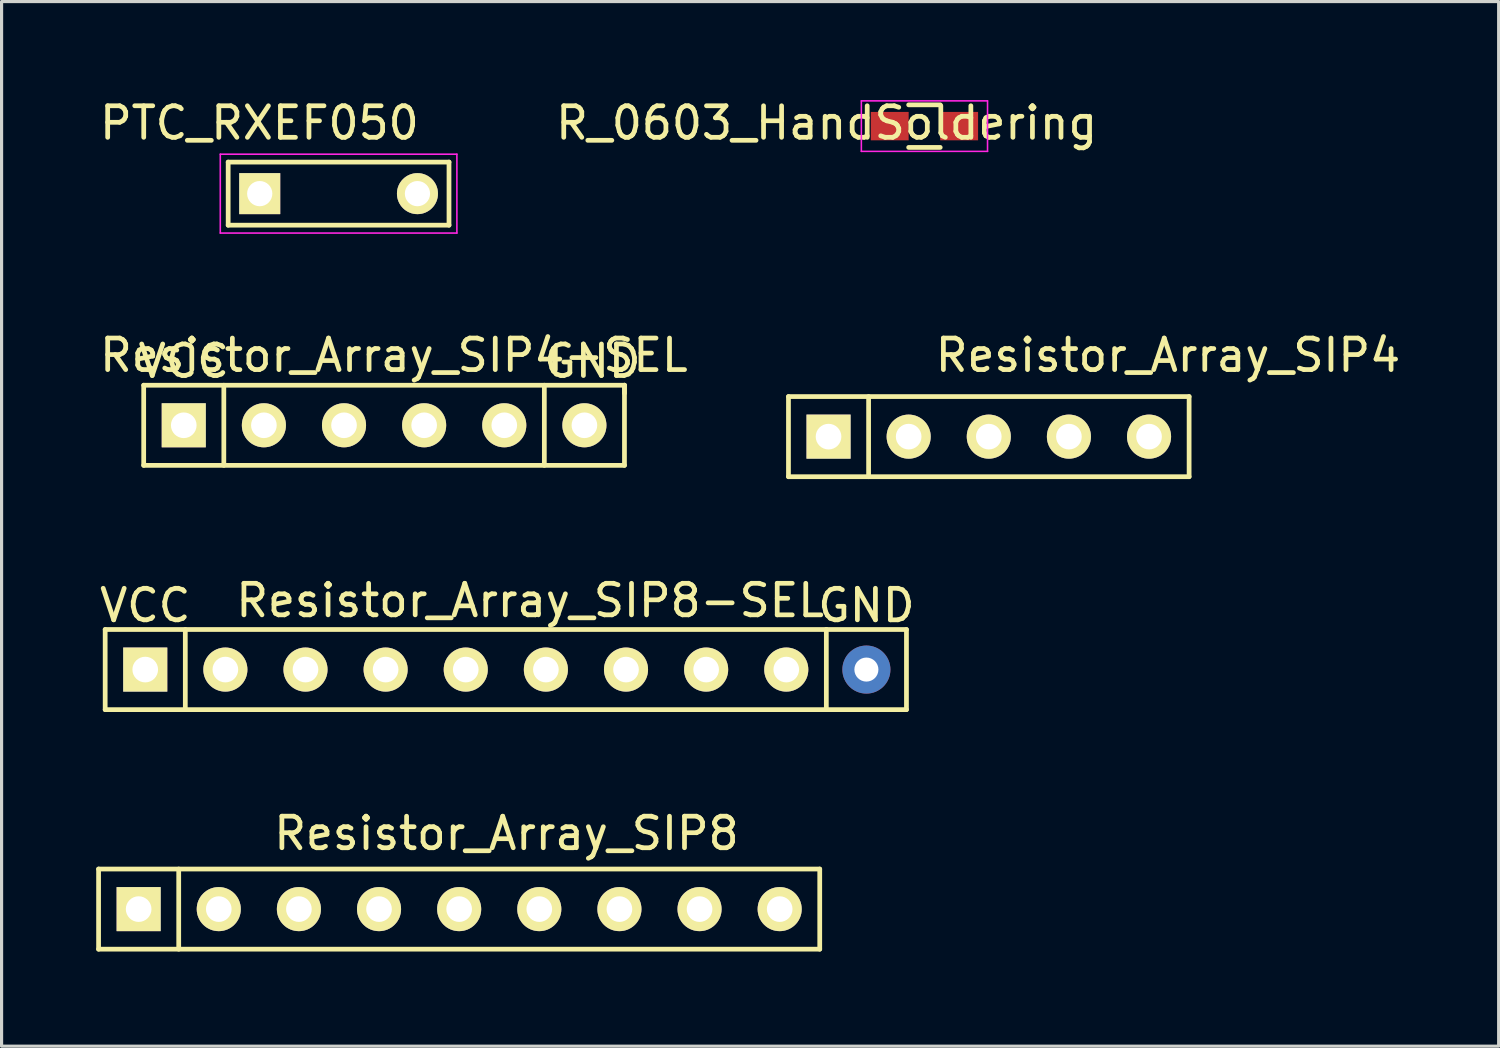
<source format=kicad_pcb>
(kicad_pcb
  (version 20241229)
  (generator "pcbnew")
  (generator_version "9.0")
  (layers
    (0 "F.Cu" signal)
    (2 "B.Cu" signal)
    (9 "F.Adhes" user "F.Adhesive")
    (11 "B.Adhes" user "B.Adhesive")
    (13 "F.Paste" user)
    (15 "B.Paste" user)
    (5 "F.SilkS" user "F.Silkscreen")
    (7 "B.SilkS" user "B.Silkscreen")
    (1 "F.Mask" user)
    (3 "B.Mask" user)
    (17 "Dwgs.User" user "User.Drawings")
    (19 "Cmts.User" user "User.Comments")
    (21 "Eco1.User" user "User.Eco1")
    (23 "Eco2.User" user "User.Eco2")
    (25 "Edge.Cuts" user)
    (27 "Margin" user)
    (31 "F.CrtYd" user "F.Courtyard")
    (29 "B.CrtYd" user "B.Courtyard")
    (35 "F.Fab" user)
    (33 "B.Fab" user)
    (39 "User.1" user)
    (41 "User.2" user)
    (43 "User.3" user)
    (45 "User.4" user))
  (footprint "Resistor_Array_SIP8"
    (layer "F.Cu")
    (at 11.505 25.768)
    (property "Reference" "Resistor_Array_SIP8" (at 1.5 -2.4 0) (layer "F.SilkS") (effects (font (size 1 1) (thickness 0.15))))
    (attr through_hole)
    (fp_line (start -11.43 1.27) (end -11.43 -1.27) (stroke (width 0.15) (type solid)) (layer "F.SilkS"))
    (fp_line (start -8.89 -1.27) (end -8.89 1.27) (stroke (width 0.15) (type solid)) (layer "F.SilkS"))
    (fp_line (start 11.43 -1.27) (end -11.43 -1.27) (stroke (width 0.15) (type solid)) (layer "F.SilkS"))
    (fp_line (start 11.43 -1.27) (end 11.43 1.27) (stroke (width 0.15) (type solid)) (layer "F.SilkS"))
    (fp_line (start 11.43 1.27) (end -11.43 1.27) (stroke (width 0.15) (type solid)) (layer "F.SilkS"))
    (pad "1" thru_hole rect (at -10.16 0) (size 1.397 1.397) (drill 0.813) (layers "*.Cu" "*.Mask" "F.SilkS"))
    (pad "2" thru_hole circle (at -7.62 0) (size 1.397 1.397) (drill 0.813) (layers "*.Cu" "*.Mask" "F.SilkS"))
    (pad "3" thru_hole circle (at -5.08 0) (size 1.397 1.397) (drill 0.813) (layers "*.Cu" "*.Mask" "F.SilkS"))
    (pad "4" thru_hole circle (at -2.54 0) (size 1.397 1.397) (drill 0.813) (layers "*.Cu" "*.Mask" "F.SilkS"))
    (pad "5" thru_hole circle (at 0 0) (size 1.397 1.397) (drill 0.813) (layers "*.Cu" "*.Mask" "F.SilkS"))
    (pad "6" thru_hole circle (at 2.54 0) (size 1.397 1.397) (drill 0.813) (layers "*.Cu" "*.Mask" "F.SilkS"))
    (pad "7" thru_hole circle (at 5.08 0) (size 1.397 1.397) (drill 0.813) (layers "*.Cu" "*.Mask" "F.SilkS"))
    (pad "8" thru_hole circle (at 7.62 0) (size 1.397 1.397) (drill 0.813) (layers "*.Cu" "*.Mask" "F.SilkS"))
    (pad "9" thru_hole circle (at 10.16 0) (size 1.397 1.397) (drill 0.813) (layers "*.Cu" "*.Mask" "F.SilkS")))
  (footprint "R_0603_HandSoldering"
    (layer "F.Cu")
    (at 26.254 0.948)
    (property "Reference" "R_0603_HandSoldering" (at -3.1 -0.1 0) (layer "F.SilkS") (effects (font (size 1 1) (thickness 0.15))))
    (attr smd)
    (fp_line (start -0.5 -0.675) (end 0.5 -0.675) (stroke (width 0.15) (type solid)) (layer "F.SilkS"))
    (fp_line (start 0.5 0.675) (end -0.5 0.675) (stroke (width 0.15) (type solid)) (layer "F.SilkS"))
    (fp_line (start -2 -0.8) (end -2 0.8) (stroke (width 0.05) (type solid)) (layer "F.CrtYd"))
    (fp_line (start -2 -0.8) (end 2 -0.8) (stroke (width 0.05) (type solid)) (layer "F.CrtYd"))
    (fp_line (start -2 0.8) (end 2 0.8) (stroke (width 0.05) (type solid)) (layer "F.CrtYd"))
    (fp_line (start 2 -0.8) (end 2 0.8) (stroke (width 0.05) (type solid)) (layer "F.CrtYd"))
    (pad "1" smd rect (at -1.1 0) (size 1.2 0.9) (layers "F.Cu" "F.Mask" "F.Paste"))
    (pad "2" smd rect (at 1.1 0) (size 1.2 0.9) (layers "F.Cu" "F.Mask" "F.Paste")))
  (footprint "Resistor_Array_SIP8-SEL"
    (layer "F.Cu")
    (at 11.714 18.175)
    (property "Reference" "Resistor_Array_SIP8-SEL" (at 2.04 -2.19 0) (layer "F.SilkS") (effects (font (size 1 1) (thickness 0.15))))
    (attr through_hole)
    (fp_line (start -11.43 1.27) (end -11.43 -1.27) (stroke (width 0.15) (type solid)) (layer "F.SilkS"))
    (fp_line (start -8.89 -1.27) (end -8.89 1.27) (stroke (width 0.15) (type solid)) (layer "F.SilkS"))
    (fp_line (start 11.43 -1.27) (end -11.43 -1.27) (stroke (width 0.15) (type solid)) (layer "F.SilkS"))
    (fp_line (start 11.43 -1.27) (end 11.43 1.27) (stroke (width 0.15) (type solid)) (layer "F.SilkS"))
    (fp_line (start 11.43 -1.27) (end 13.97 -1.27) (stroke (width 0.15) (type solid)) (layer "F.SilkS"))
    (fp_line (start 11.43 1.27) (end -11.43 1.27) (stroke (width 0.15) (type solid)) (layer "F.SilkS"))
    (fp_line (start 11.43 1.27) (end 13.97 1.27) (stroke (width 0.15) (type solid)) (layer "F.SilkS"))
    (fp_line (start 13.97 -1.27) (end 13.97 1.27) (stroke (width 0.15) (type solid)) (layer "F.SilkS"))
    (fp_text user "GND" (at 12.7 -2.032 0) (layer "F.SilkS") (effects (font (size 1 1) (thickness 0.15))))
    (fp_text user "VCC" (at -10.16 -2.032 0) (layer "F.SilkS") (effects (font (size 1 1) (thickness 0.15))))
    (pad "1" thru_hole rect (at -10.16 0) (size 1.397 1.397) (drill 0.813) (layers "*.Cu" "*.Mask" "F.SilkS"))
    (pad "2" thru_hole circle (at -7.62 0) (size 1.397 1.397) (drill 0.813) (layers "*.Cu" "*.Mask" "F.SilkS"))
    (pad "3" thru_hole circle (at -5.08 0) (size 1.397 1.397) (drill 0.813) (layers "*.Cu" "*.Mask" "F.SilkS"))
    (pad "4" thru_hole circle (at -2.54 0) (size 1.397 1.397) (drill 0.813) (layers "*.Cu" "*.Mask" "F.SilkS"))
    (pad "5" thru_hole circle (at 0 0) (size 1.397 1.397) (drill 0.813) (layers "*.Cu" "*.Mask" "F.SilkS"))
    (pad "6" thru_hole circle (at 2.54 0) (size 1.397 1.397) (drill 0.813) (layers "*.Cu" "*.Mask" "F.SilkS"))
    (pad "7" thru_hole circle (at 5.08 0) (size 1.397 1.397) (drill 0.813) (layers "*.Cu" "*.Mask" "F.SilkS"))
    (pad "8" thru_hole circle (at 7.62 0) (size 1.397 1.397) (drill 0.813) (layers "*.Cu" "*.Mask" "F.SilkS"))
    (pad "9" thru_hole circle (at 10.16 0) (size 1.397 1.397) (drill 0.813) (layers "*.Cu" "*.Mask" "F.SilkS"))
    (pad "10" thru_hole circle (at 12.7 0) (size 1.524 1.524) (drill 0.762) (layers "*.Cu" "*.Mask")))
  (footprint "Resistor_Array_SIP4"
    (layer "F.Cu")
    (at 28.274 10.791)
    (property "Reference" "Resistor_Array_SIP4" (at 5.7 -2.58 0) (layer "F.SilkS") (effects (font (size 1 1) (thickness 0.15))))
    (attr through_hole)
    (fp_line (start -6.33 -1.27) (end 6.37 -1.27) (stroke (width 0.15) (type solid)) (layer "F.SilkS"))
    (fp_line (start -6.33 1.27) (end -6.33 -1.27) (stroke (width 0.15) (type solid)) (layer "F.SilkS"))
    (fp_line (start -3.79 -1.27) (end -3.79 1.27) (stroke (width 0.15) (type solid)) (layer "F.SilkS"))
    (fp_line (start 6.37 -1.27) (end 6.37 1.27) (stroke (width 0.15) (type solid)) (layer "F.SilkS"))
    (fp_line (start 6.37 1.27) (end -6.33 1.27) (stroke (width 0.15) (type solid)) (layer "F.SilkS"))
    (pad "1" thru_hole rect (at -5.06 0) (size 1.397 1.397) (drill 0.813) (layers "*.Cu" "*.Mask" "F.SilkS"))
    (pad "2" thru_hole circle (at -2.52 0) (size 1.397 1.397) (drill 0.813) (layers "*.Cu" "*.Mask" "F.SilkS"))
    (pad "3" thru_hole circle (at 0.02 0) (size 1.397 1.397) (drill 0.813) (layers "*.Cu" "*.Mask" "F.SilkS"))
    (pad "4" thru_hole circle (at 2.56 0) (size 1.397 1.397) (drill 0.813) (layers "*.Cu" "*.Mask" "F.SilkS"))
    (pad "5" thru_hole circle (at 5.1 0) (size 1.397 1.397) (drill 0.813) (layers "*.Cu" "*.Mask" "F.SilkS")))
  (footprint "Resistor_Array_SIP4-SEL"
    (layer "F.Cu")
    (at 12.935 10.431)
    (property "Reference" "Resistor_Array_SIP4-SEL" (at -3.5 -2.22 0) (layer "F.SilkS") (effects (font (size 1 1) (thickness 0.15))))
    (attr through_hole)
    (fp_line (start -11.43 -1.27) (end 3.81 -1.27) (stroke (width 0.15) (type solid)) (layer "F.SilkS"))
    (fp_line (start -11.43 1.27) (end -11.43 -1.27) (stroke (width 0.15) (type solid)) (layer "F.SilkS"))
    (fp_line (start -8.89 -1.27) (end -8.89 1.27) (stroke (width 0.15) (type solid)) (layer "F.SilkS"))
    (fp_line (start 1.27 -1.27) (end 1.27 1.27) (stroke (width 0.15) (type solid)) (layer "F.SilkS"))
    (fp_line (start 3.81 -1.27) (end 3.81 -1.016) (stroke (width 0.15) (type solid)) (layer "F.SilkS"))
    (fp_line (start 3.81 -1.27) (end 3.81 1.27) (stroke (width 0.15) (type solid)) (layer "F.SilkS"))
    (fp_line (start 3.81 1.27) (end -11.43 1.27) (stroke (width 0.15) (type solid)) (layer "F.SilkS"))
    (fp_text user "VCC" (at -10.16 -2.032 0) (layer "F.SilkS") (effects (font (size 1 1) (thickness 0.15))))
    (fp_text user "GND" (at 2.794 -2.032 0) (layer "F.SilkS") (effects (font (size 1 1) (thickness 0.15))))
    (pad "1" thru_hole rect (at -10.16 0) (size 1.397 1.397) (drill 0.813) (layers "*.Cu" "*.Mask" "F.SilkS"))
    (pad "2" thru_hole circle (at -7.62 0) (size 1.397 1.397) (drill 0.813) (layers "*.Cu" "*.Mask" "F.SilkS"))
    (pad "3" thru_hole circle (at -5.08 0) (size 1.397 1.397) (drill 0.813) (layers "*.Cu" "*.Mask" "F.SilkS"))
    (pad "4" thru_hole circle (at -2.54 0) (size 1.397 1.397) (drill 0.813) (layers "*.Cu" "*.Mask" "F.SilkS"))
    (pad "5" thru_hole circle (at 0 0) (size 1.397 1.397) (drill 0.813) (layers "*.Cu" "*.Mask" "F.SilkS"))
    (pad "6" thru_hole circle (at 2.54 0) (size 1.397 1.397) (drill 0.813) (layers "*.Cu" "*.Mask" "F.SilkS")))
  (footprint "PTC_RXEF050"
    (layer "F.Cu")
    (at 5.183 3.088)
    (property "Reference" "PTC_RXEF050" (at -0.01 -2.24 0) (layer "F.SilkS") (effects (font (size 1 1) (thickness 0.15))))
    (attr through_hole)
    (fp_line (start -1 -1) (end 6 -1) (stroke (width 0.15) (type solid)) (layer "F.SilkS"))
    (fp_line (start -1 1) (end -1 -1) (stroke (width 0.15) (type solid)) (layer "F.SilkS"))
    (fp_line (start 6 -1) (end 6 1) (stroke (width 0.15) (type solid)) (layer "F.SilkS"))
    (fp_line (start 6 1) (end -1 1) (stroke (width 0.15) (type solid)) (layer "F.SilkS"))
    (fp_line (start -1.25 -1.25) (end 6.25 -1.25) (stroke (width 0.05) (type solid)) (layer "F.CrtYd"))
    (fp_line (start -1.25 1.25) (end -1.25 -1.25) (stroke (width 0.05) (type solid)) (layer "F.CrtYd"))
    (fp_line (start 6.25 -1.25) (end 6.25 1.25) (stroke (width 0.05) (type solid)) (layer "F.CrtYd"))
    (fp_line (start 6.25 1.25) (end -1.25 1.25) (stroke (width 0.05) (type solid)) (layer "F.CrtYd"))
    (pad "1" thru_hole rect (at 0 0) (size 1.3 1.3) (drill 0.8) (layers "*.Cu" "*.Mask" "F.SilkS"))
    (pad "2" thru_hole circle (at 5 0) (size 1.3 1.3) (drill 0.8) (layers "*.Cu" "*.Mask" "F.SilkS")))
  (gr_rect
    (start -3 -3)
    (end 44.456 30.113)
    (stroke (width 0.1) (type default))
    (fill no)
    (layer "Edge.Cuts")))
</source>
